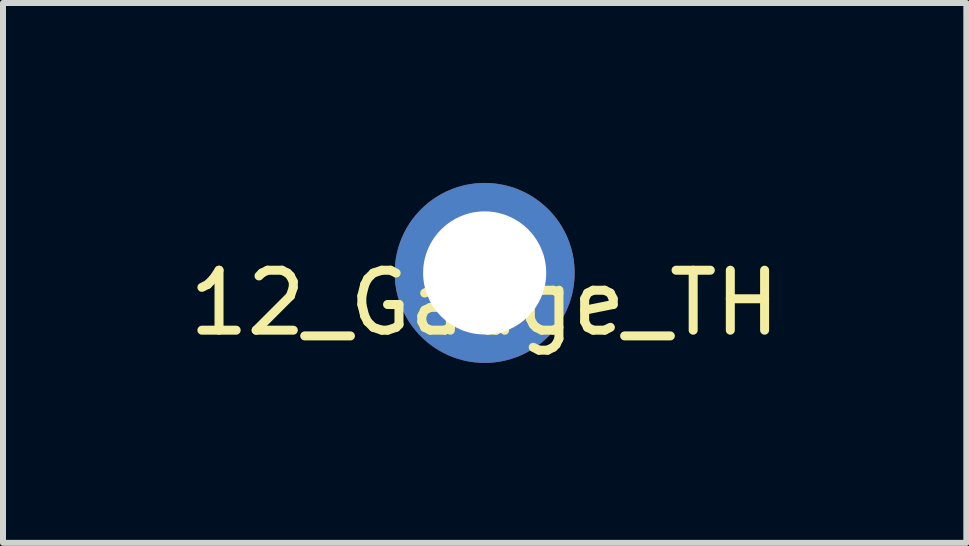
<source format=kicad_pcb>
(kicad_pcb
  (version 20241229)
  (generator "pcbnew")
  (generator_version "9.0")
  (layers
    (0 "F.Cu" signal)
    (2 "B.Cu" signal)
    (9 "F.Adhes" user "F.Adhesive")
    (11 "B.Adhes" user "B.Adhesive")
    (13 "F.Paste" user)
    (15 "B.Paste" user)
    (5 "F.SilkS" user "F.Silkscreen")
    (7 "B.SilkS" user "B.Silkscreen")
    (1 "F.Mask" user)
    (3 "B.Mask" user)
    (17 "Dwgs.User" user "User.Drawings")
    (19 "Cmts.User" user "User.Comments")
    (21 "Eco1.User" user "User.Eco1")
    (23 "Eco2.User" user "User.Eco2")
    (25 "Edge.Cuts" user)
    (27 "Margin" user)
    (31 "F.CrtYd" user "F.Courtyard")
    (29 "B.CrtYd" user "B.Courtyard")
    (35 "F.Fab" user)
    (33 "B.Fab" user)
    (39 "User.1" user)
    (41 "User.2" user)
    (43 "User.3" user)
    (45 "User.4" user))
  (footprint "12_Gauge_TH"
    (layer "F.Cu")
    (at 5.03 1.5)
    (property "Reference" "12_Gauge_TH" (at 0 0.5 0) (layer "F.SilkS") (effects (font (size 1 1) (thickness 0.15))))
    (attr through_hole)
    (pad "1" thru_hole circle (at 0 0) (size 3 3) (drill 2.052) (layers "*.Cu" "*.Mask")))
  (gr_rect
    (start -3 -3)
    (end 13.06 6)
    (stroke (width 0.1) (type default))
    (fill no)
    (layer "Edge.Cuts")))
</source>
